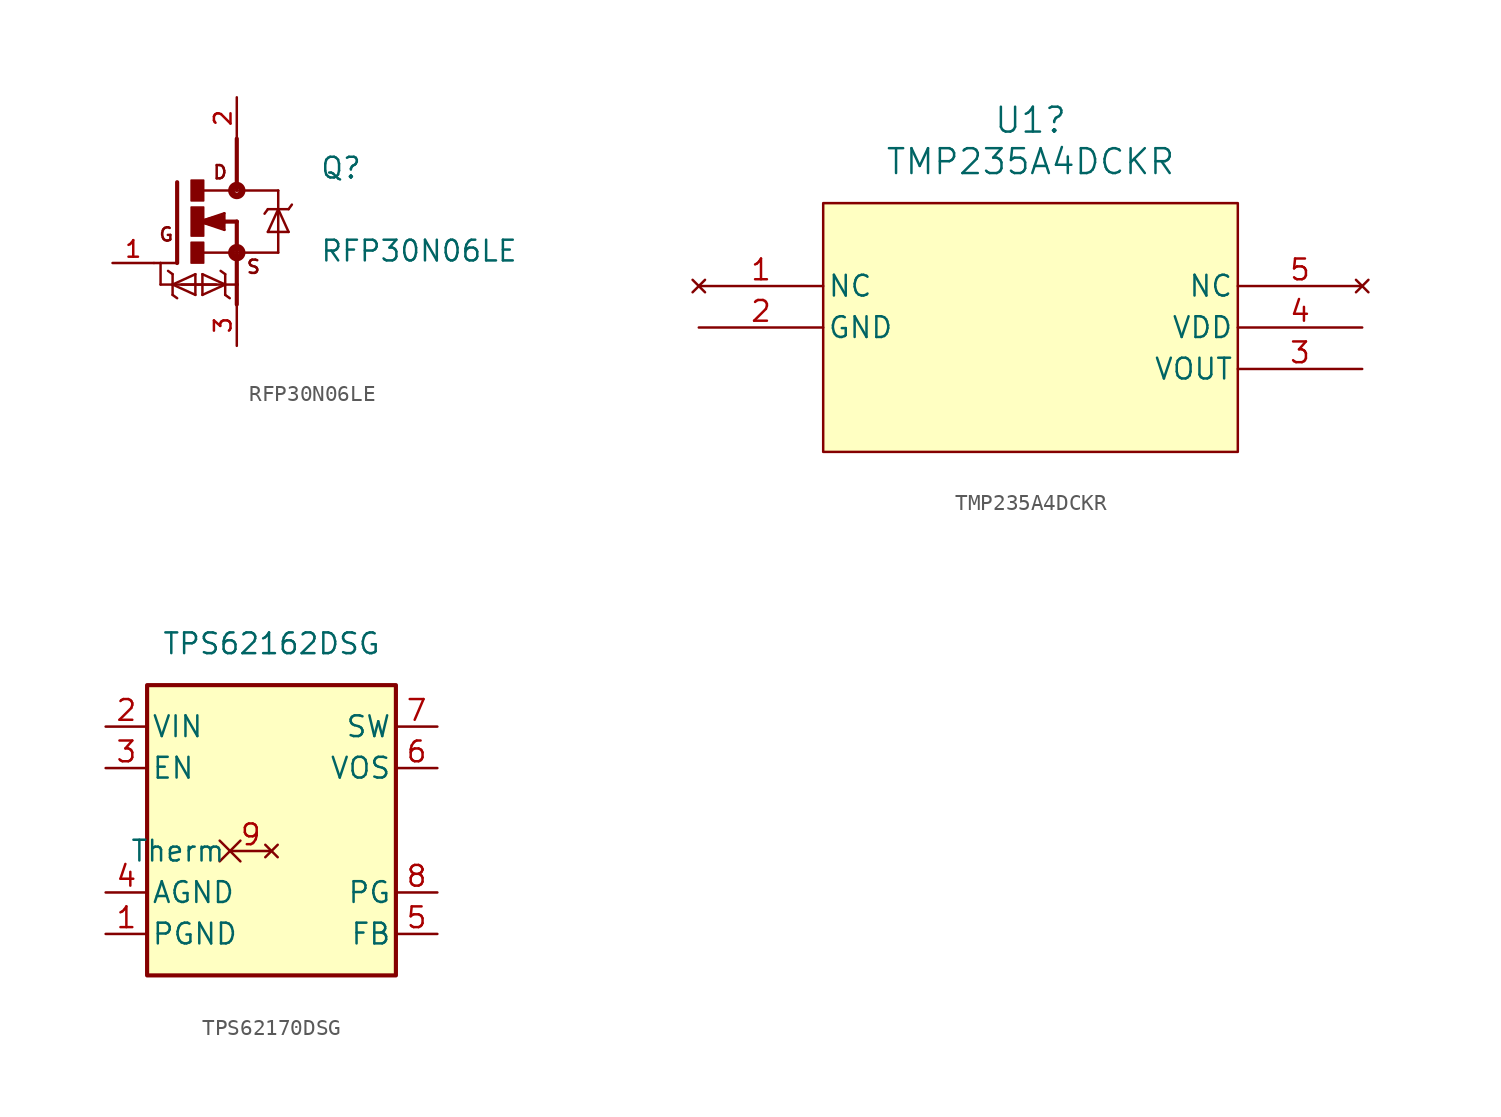
<source format=kicad_sym>
(kicad_symbol_lib
  (version 20231120)
  (generator "kicad_symbol_editor")
  (generator_version "8.0")
  (symbol "RFP30N06LE"
    (pin_names
      (offset 1.016))
    (property "Reference" "Q"
      (at 5.082 2.541 0)
      (effects (font (size 1.27 1.27)) (justify left bottom)))
    (property "Value" "RFP30N06LE"
      (at 5.089 -2.544 0)
      (effects (font (size 1.27 1.27)) (justify left bottom)))
    (symbol "RFP30N06LE_0_0"
      (rectangle (start -2.799 -2.545) (end -2.032 -1.27) (stroke (width 0.1) (type default)) (fill (type outline)))
      (rectangle (start -2.799 1.272) (end -2.032 2.54) (stroke (width 0.1) (type default)) (fill (type outline)))
      (rectangle (start -2.796 -0.889) (end -2.032 0.889) (stroke (width 0.1) (type default)) (fill (type outline)))
      (circle (center 0 -1.905) (radius 0.127) (stroke (width 0.406) (type default)) (fill (type none)))
      (polyline (pts (xy -4.674 -3.861) (xy -3.937 -3.861)) (stroke (width 0.152) (type default)) (fill (type none)))
      (polyline (pts (xy -4.674 -2.54) (xy -5.08 -2.54)) (stroke (width 0.152) (type default)) (fill (type none)))
      (polyline (pts (xy -4.674 -2.54) (xy -4.674 -3.861)) (stroke (width 0.152) (type default)) (fill (type none)))
      (polyline (pts (xy -4.216 -3.023) (xy -3.937 -3.226)) (stroke (width 0.152) (type default)) (fill (type none)))
      (polyline (pts (xy -3.937 -4.496) (xy -3.937 -3.861)) (stroke (width 0.152) (type default)) (fill (type none)))
      (polyline (pts (xy -3.937 -4.496) (xy -3.658 -4.699)) (stroke (width 0.152) (type default)) (fill (type none)))
      (polyline (pts (xy -3.937 -3.861) (xy -3.937 -3.226)) (stroke (width 0.152) (type default)) (fill (type none)))
      (polyline (pts (xy -3.937 -3.861) (xy -2.54 -4.496)) (stroke (width 0.152) (type default)) (fill (type none)))
      (polyline (pts (xy -3.937 -3.861) (xy -1.27 -3.861)) (stroke (width 0.152) (type default)) (fill (type none)))
      (polyline (pts (xy -3.658 -2.54) (xy -4.674 -2.54)) (stroke (width 0.152) (type default)) (fill (type none)))
      (polyline (pts (xy -3.658 2.413) (xy -3.658 -2.54)) (stroke (width 0.254) (type default)) (fill (type none)))
      (polyline (pts (xy -2.54 -4.496) (xy -2.54 -3.226)) (stroke (width 0.152) (type default)) (fill (type none)))
      (polyline (pts (xy -2.54 -3.226) (xy -3.937 -3.861)) (stroke (width 0.152) (type default)) (fill (type none)))
      (polyline (pts (xy -2.286 0) (xy -0.762 -0.508)) (stroke (width 0.152) (type default)) (fill (type none)))
      (polyline (pts (xy -2.108 -4.496) (xy -0.711 -3.861)) (stroke (width 0.152) (type default)) (fill (type none)))
      (polyline (pts (xy -2.108 -3.226) (xy -2.108 -4.496)) (stroke (width 0.152) (type default)) (fill (type none)))
      (polyline (pts (xy -2.032 -1.905) (xy 0 -1.905)) (stroke (width 0.152) (type default)) (fill (type none)))
      (polyline (pts (xy -2.032 0) (xy -2.286 0)) (stroke (width 0.254) (type default)) (fill (type none)))
      (polyline (pts (xy -2.032 0) (xy -0.889 -0.254)) (stroke (width 0.305) (type default)) (fill (type none)))
      (polyline (pts (xy -1.905 0) (xy -2.032 0)) (stroke (width 0.254) (type default)) (fill (type none)))
      (polyline (pts (xy -1.143 0.254) (xy -2.032 0)) (stroke (width 0.305) (type default)) (fill (type none)))
      (polyline (pts (xy -0.889 -0.254) (xy -0.889 0.254)) (stroke (width 0.305) (type default)) (fill (type none)))
      (polyline (pts (xy -0.889 0.254) (xy -2.286 0)) (stroke (width 0.152) (type default)) (fill (type none)))
      (polyline (pts (xy -0.889 0.254) (xy -1.905 0)) (stroke (width 0.305) (type default)) (fill (type none)))
      (polyline (pts (xy -0.762 -0.508) (xy -0.762 0)) (stroke (width 0.152) (type default)) (fill (type none)))
      (polyline (pts (xy -0.762 0) (xy -1.905 0)) (stroke (width 0.254) (type default)) (fill (type none)))
      (polyline (pts (xy -0.762 0) (xy -0.762 0.508)) (stroke (width 0.152) (type default)) (fill (type none)))
      (polyline (pts (xy -0.762 0) (xy 0 0)) (stroke (width 0.254) (type default)) (fill (type none)))
      (polyline (pts (xy -0.762 0.508) (xy -2.286 0)) (stroke (width 0.152) (type default)) (fill (type none)))
      (polyline (pts (xy -0.711 -3.861) (xy -3.378 -3.861)) (stroke (width 0.152) (type default)) (fill (type none)))
      (polyline (pts (xy -0.711 -3.861) (xy -2.108 -3.226)) (stroke (width 0.152) (type default)) (fill (type none)))
      (polyline (pts (xy -0.711 -3.861) (xy -0.711 -4.496)) (stroke (width 0.152) (type default)) (fill (type none)))
      (polyline (pts (xy -0.711 -3.226) (xy -0.991 -3.023)) (stroke (width 0.152) (type default)) (fill (type none)))
      (polyline (pts (xy -0.711 -3.226) (xy -0.711 -3.861)) (stroke (width 0.152) (type default)) (fill (type none)))
      (polyline (pts (xy -0.432 -4.699) (xy -0.711 -4.496)) (stroke (width 0.152) (type default)) (fill (type none)))
      (polyline (pts (xy 0 -5.08) (xy 0 -3.861)) (stroke (width 0.254) (type default)) (fill (type none)))
      (polyline (pts (xy 0 -3.861) (xy -0.711 -3.861)) (stroke (width 0.152) (type default)) (fill (type none)))
      (polyline (pts (xy 0 -3.861) (xy 0 -2.032)) (stroke (width 0.254) (type default)) (fill (type none)))
      (polyline (pts (xy 0 -1.905) (xy 0 -2.032)) (stroke (width 0.152) (type default)) (fill (type none)))
      (polyline (pts (xy 0 0) (xy 0 -1.778)) (stroke (width 0.254) (type default)) (fill (type none)))
      (polyline (pts (xy 0 1.905) (xy -2.007 1.905)) (stroke (width 0.152) (type default)) (fill (type none)))
      (polyline (pts (xy 0 1.905) (xy 2.54 1.905)) (stroke (width 0.152) (type default)) (fill (type none)))
      (polyline (pts (xy 0 2.032) (xy 0 1.905)) (stroke (width 0.152) (type default)) (fill (type none)))
      (polyline (pts (xy 0 5.08) (xy 0 2.032)) (stroke (width 0.254) (type default)) (fill (type none)))
      (polyline (pts (xy 1.905 -0.635) (xy 3.175 -0.635)) (stroke (width 0.152) (type default)) (fill (type none)))
      (polyline (pts (xy 1.905 0.762) (xy 1.702 0.483)) (stroke (width 0.152) (type default)) (fill (type none)))
      (polyline (pts (xy 1.905 0.762) (xy 2.54 0.762)) (stroke (width 0.152) (type default)) (fill (type none)))
      (polyline (pts (xy 2.54 -1.905) (xy 0 -1.905)) (stroke (width 0.152) (type default)) (fill (type none)))
      (polyline (pts (xy 2.54 0.762) (xy 1.905 -0.635)) (stroke (width 0.152) (type default)) (fill (type none)))
      (polyline (pts (xy 2.54 0.762) (xy 2.54 -1.905)) (stroke (width 0.152) (type default)) (fill (type none)))
      (polyline (pts (xy 2.54 0.762) (xy 3.175 0.762)) (stroke (width 0.152) (type default)) (fill (type none)))
      (polyline (pts (xy 2.54 1.905) (xy 2.54 0.762)) (stroke (width 0.152) (type default)) (fill (type none)))
      (polyline (pts (xy 3.175 -0.635) (xy 2.54 0.762)) (stroke (width 0.152) (type default)) (fill (type none)))
      (polyline (pts (xy 3.378 1.041) (xy 3.175 0.762)) (stroke (width 0.152) (type default)) (fill (type none)))
      (circle (center 0 1.905) (radius 0.127) (stroke (width 0.406) (type default)) (fill (type none)))
      (text "D" (at -1.526 2.544 0) (effects (font (size 0.814 0.814)) (justify left bottom)))
      (text "G" (at -4.833 -1.272 0) (effects (font (size 0.814 0.814)) (justify left bottom)))
      (text "S" (at 0.534 -3.252 0) (effects (font (size 0.813 0.813)) (justify left bottom)))
      (pin input line (at -7.62 -2.54 0) (length 2.54) (name "~" (effects (font (size 1.016 1.016)))) (number "1" (effects (font (size 1.016 1.016)))))
      (pin power_in line (at 0 7.62 270) (length 2.54) (name "~" (effects (font (size 1.016 1.016)))) (number "2" (effects (font (size 1.016 1.016)))))
      (pin power_in line (at 0 -7.62 90) (length 2.54) (name "~" (effects (font (size 1.016 1.016)))) (number "3" (effects (font (size 1.016 1.016)))))))
  (symbol "TMP235A4DCKR"
    (pin_names
      (offset 0.254))
    (property "Reference" "U1"
      (at 20.32 10.16 0)
      (effects (font (size 1.524 1.524))))
    (property "Value" "TMP235A4DCKR"
      (at 20.32 7.62 0)
      (effects (font (size 1.524 1.524))))
    (symbol "TMP235A4DCKR_0_1"
      (rectangle (start 7.62 5.08) (end 33.02 -10.16) (stroke (width 0) (type default)) (fill (type background)))
      (pin no_connect line (at 0 0 0) (length 7.62) (name "NC" (effects (font (size 1.27 1.27)))) (number "1" (effects (font (size 1.27 1.27)))))
      (pin power_out line (at 0 -2.54 0) (length 7.62) (name "GND" (effects (font (size 1.27 1.27)))) (number "2" (effects (font (size 1.27 1.27)))))
      (pin output line (at 40.64 -5.08 180) (length 7.62) (name "VOUT" (effects (font (size 1.27 1.27)))) (number "3" (effects (font (size 1.27 1.27)))))
      (pin power_in line (at 40.64 -2.54 180) (length 7.62) (name "VDD" (effects (font (size 1.27 1.27)))) (number "4" (effects (font (size 1.27 1.27)))))
      (pin no_connect line (at 40.64 0 180) (length 7.62) (name "NC" (effects (font (size 1.27 1.27)))) (number "5" (effects (font (size 1.27 1.27)))))))
  (symbol "TPS62170DSG"
    (pin_names
      (offset 0.254))
    (property "Reference" "U2"
      (at 0 15.24 0)
      (effects (font (size 1.27 1.27)) (hide yes)))
    (property "Value" "TPS62162DSG"
      (at 0 12.7 0)
      (effects (font (size 1.27 1.27))))
    (symbol "TPS62170DSG_0_1"
      (rectangle (start -7.62 10.16) (end 7.62 -7.62) (stroke (width 0.254) (type default)) (fill (type background))))
    (symbol "TPS62170DSG_1_0"
      (pin no_connect non_logic (at 0 0 180) (length 2.54) (name "Therm" (effects (font (size 1.27 1.27)))) (number "9" (effects (font (size 1.27 1.27))))))
    (symbol "TPS62170DSG_1_1"
      (pin power_in line (at -10.16 -5.08 0) (length 2.54) (name "PGND" (effects (font (size 1.27 1.27)))) (number "1" (effects (font (size 1.27 1.27)))))
      (pin power_in line (at -10.16 7.62 0) (length 2.54) (name "VIN" (effects (font (size 1.27 1.27)))) (number "2" (effects (font (size 1.27 1.27)))))
      (pin input line (at -10.16 5.08 0) (length 2.54) (name "EN" (effects (font (size 1.27 1.27)))) (number "3" (effects (font (size 1.27 1.27)))))
      (pin power_in line (at -10.16 -2.54 0) (length 2.54) (name "AGND" (effects (font (size 1.27 1.27)))) (number "4" (effects (font (size 1.27 1.27)))))
      (pin input line (at 10.16 -5.08 180) (length 2.54) (name "FB" (effects (font (size 1.27 1.27)))) (number "5" (effects (font (size 1.27 1.27)))))
      (pin input line (at 10.16 5.08 180) (length 2.54) (name "VOS" (effects (font (size 1.27 1.27)))) (number "6" (effects (font (size 1.27 1.27)))))
      (pin output line (at 10.16 7.62 180) (length 2.54) (name "SW" (effects (font (size 1.27 1.27)))) (number "7" (effects (font (size 1.27 1.27)))))
      (pin open_collector line (at 10.16 -2.54 180) (length 2.54) (name "PG" (effects (font (size 1.27 1.27)))) (number "8" (effects (font (size 1.27 1.27))))))))
</source>
